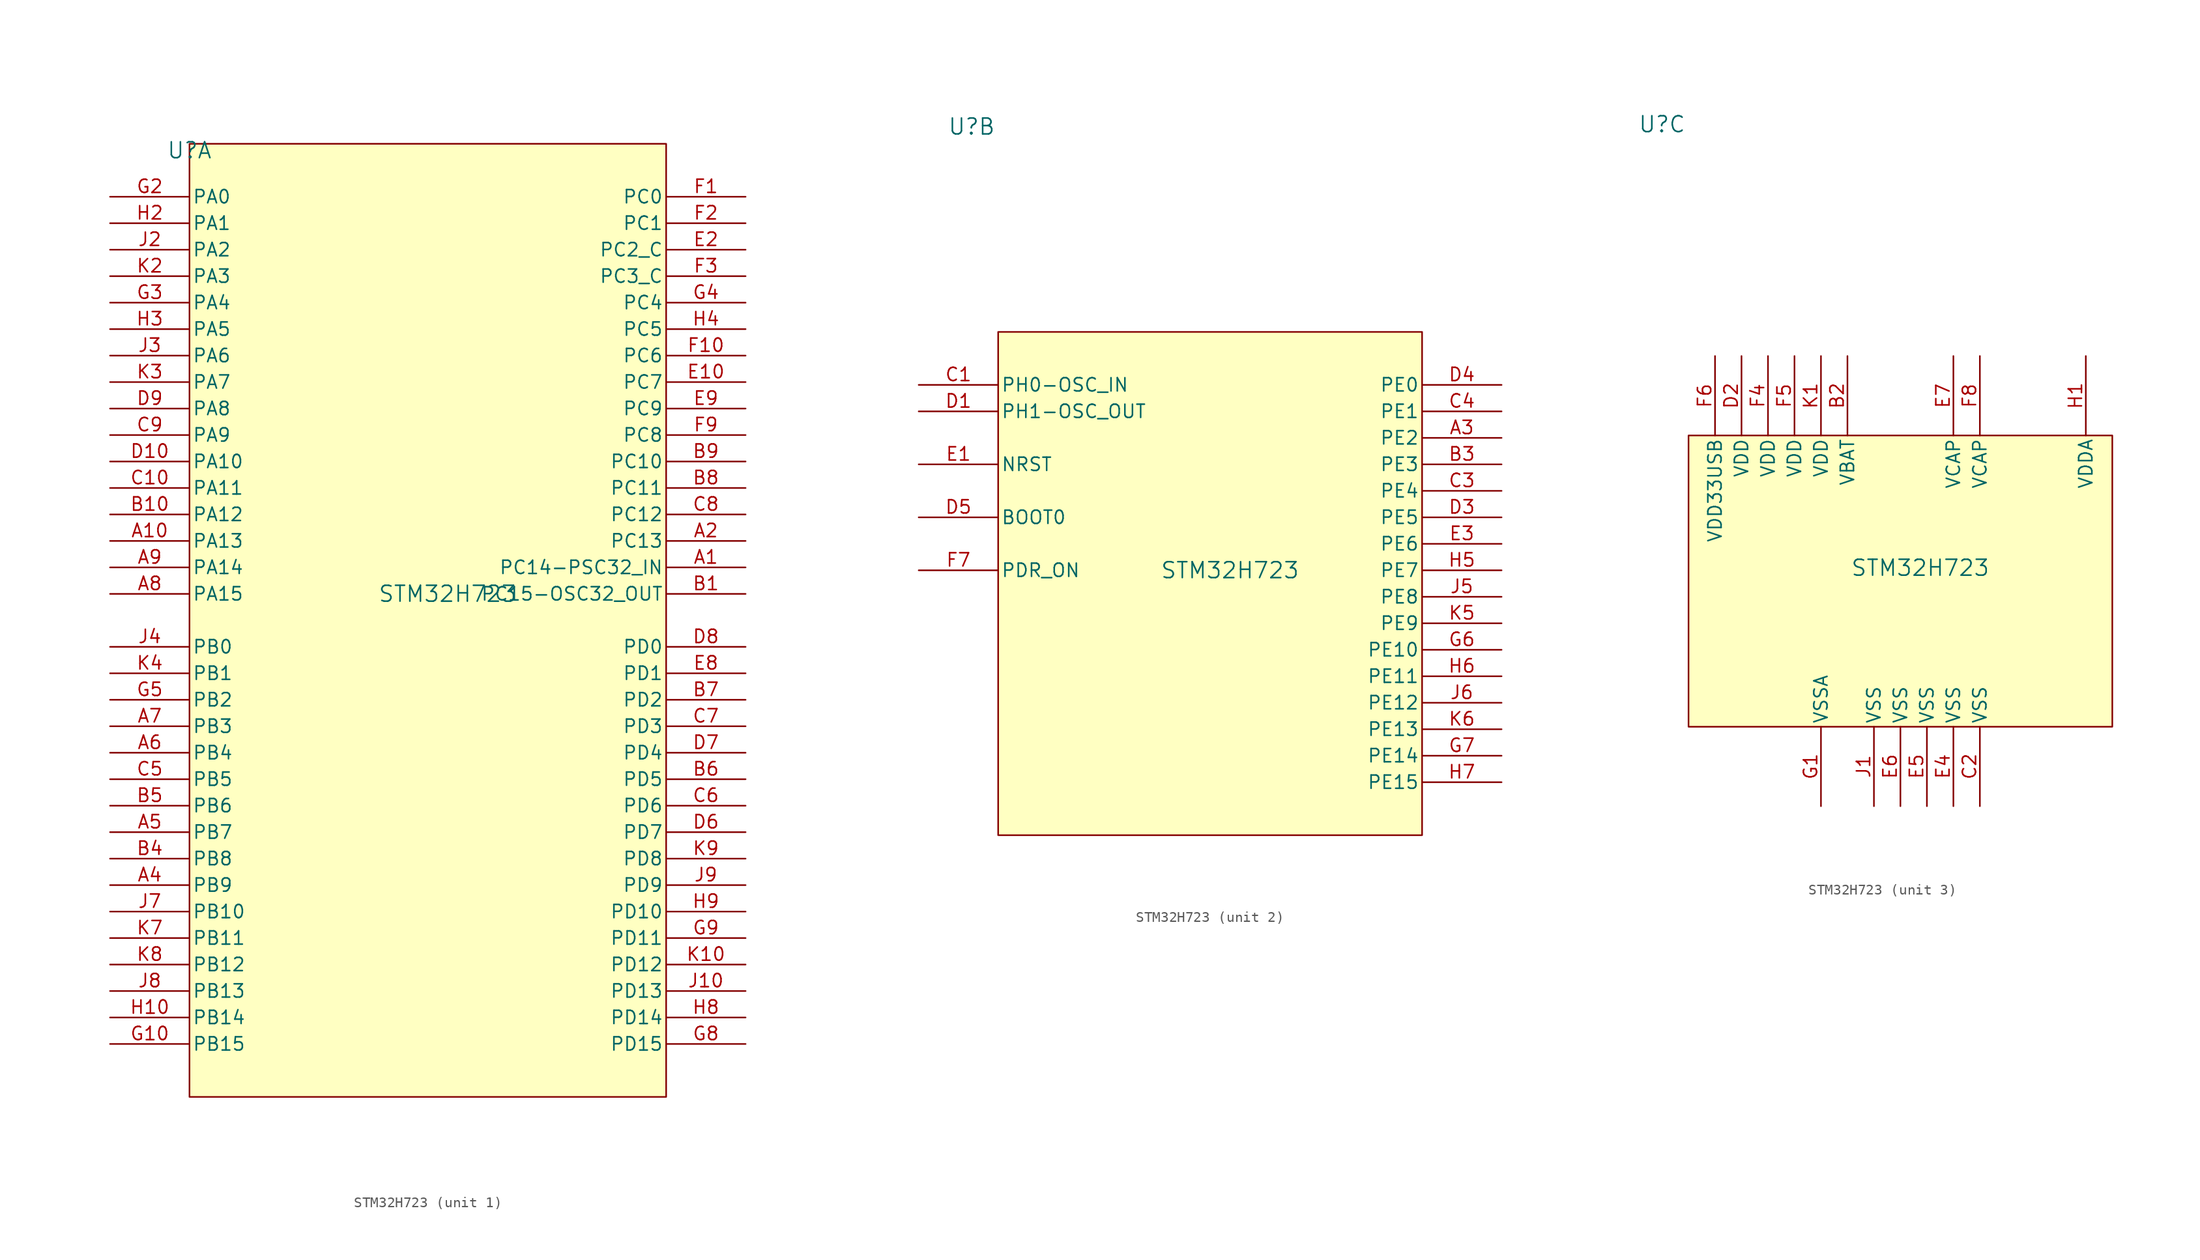
<source format=kicad_sym>
(kicad_symbol_lib
  (version 20211014)
  (generator kicad_symbol_editor)
  (symbol "STM32H723"
    (pin_names
      (offset 0.254))
    (property "Reference" "U"
      (at -22.86 45.085 0)
      (effects (font (size 1.524 1.524))))
    (property "Value" "STM32H723"
      (at 1.905 2.54 0)
      (effects (font (size 1.524 1.524))))
    (property "ki_locked" ""
      (at 0 0 0)
      (effects (font (size 1.27 1.27))))
    (symbol "STM32H723_1_1"
      (rectangle (start -22.86 45.72) (end 22.86 -45.72) (stroke (width 0) (type default) (color 0 0 0 0)) (fill (type background)))
      (pin bidirectional line (at 30.48 5.08 180) (length 7.62) (name "PC14-PSC32_IN" (effects (font (size 1.27 1.27)))) (number "A1" (effects (font (size 1.27 1.27)))))
      (pin bidirectional line (at -30.48 7.62 0) (length 7.62) (name "PA13" (effects (font (size 1.27 1.27)))) (number "A10" (effects (font (size 1.27 1.27)))))
      (pin bidirectional line (at 30.48 7.62 180) (length 7.62) (name "PC13" (effects (font (size 1.27 1.27)))) (number "A2" (effects (font (size 1.27 1.27)))))
      (pin bidirectional line (at -30.48 -25.4 0) (length 7.62) (name "PB9" (effects (font (size 1.27 1.27)))) (number "A4" (effects (font (size 1.27 1.27)))))
      (pin bidirectional line (at -30.48 -20.32 0) (length 7.62) (name "PB7" (effects (font (size 1.27 1.27)))) (number "A5" (effects (font (size 1.27 1.27)))))
      (pin bidirectional line (at -30.48 -12.7 0) (length 7.62) (name "PB4" (effects (font (size 1.27 1.27)))) (number "A6" (effects (font (size 1.27 1.27)))))
      (pin bidirectional line (at -30.48 -10.16 0) (length 7.62) (name "PB3" (effects (font (size 1.27 1.27)))) (number "A7" (effects (font (size 1.27 1.27)))))
      (pin bidirectional line (at -30.48 2.54 0) (length 7.62) (name "PA15" (effects (font (size 1.27 1.27)))) (number "A8" (effects (font (size 1.27 1.27)))))
      (pin bidirectional line (at -30.48 5.08 0) (length 7.62) (name "PA14" (effects (font (size 1.27 1.27)))) (number "A9" (effects (font (size 1.27 1.27)))))
      (pin bidirectional line (at 30.48 2.54 180) (length 7.62) (name "PC15-OSC32_OUT" (effects (font (size 1.27 1.27)))) (number "B1" (effects (font (size 1.27 1.27)))))
      (pin bidirectional line (at -30.48 10.16 0) (length 7.62) (name "PA12" (effects (font (size 1.27 1.27)))) (number "B10" (effects (font (size 1.27 1.27)))))
      (pin bidirectional line (at -30.48 -22.86 0) (length 7.62) (name "PB8" (effects (font (size 1.27 1.27)))) (number "B4" (effects (font (size 1.27 1.27)))))
      (pin bidirectional line (at -30.48 -17.78 0) (length 7.62) (name "PB6" (effects (font (size 1.27 1.27)))) (number "B5" (effects (font (size 1.27 1.27)))))
      (pin bidirectional line (at 30.48 -15.24 180) (length 7.62) (name "PD5" (effects (font (size 1.27 1.27)))) (number "B6" (effects (font (size 1.27 1.27)))))
      (pin bidirectional line (at 30.48 -7.62 180) (length 7.62) (name "PD2" (effects (font (size 1.27 1.27)))) (number "B7" (effects (font (size 1.27 1.27)))))
      (pin bidirectional line (at 30.48 12.7 180) (length 7.62) (name "PC11" (effects (font (size 1.27 1.27)))) (number "B8" (effects (font (size 1.27 1.27)))))
      (pin bidirectional line (at 30.48 15.24 180) (length 7.62) (name "PC10" (effects (font (size 1.27 1.27)))) (number "B9" (effects (font (size 1.27 1.27)))))
      (pin bidirectional line (at -30.48 12.7 0) (length 7.62) (name "PA11" (effects (font (size 1.27 1.27)))) (number "C10" (effects (font (size 1.27 1.27)))))
      (pin bidirectional line (at -30.48 -15.24 0) (length 7.62) (name "PB5" (effects (font (size 1.27 1.27)))) (number "C5" (effects (font (size 1.27 1.27)))))
      (pin bidirectional line (at 30.48 -17.78 180) (length 7.62) (name "PD6" (effects (font (size 1.27 1.27)))) (number "C6" (effects (font (size 1.27 1.27)))))
      (pin bidirectional line (at 30.48 -10.16 180) (length 7.62) (name "PD3" (effects (font (size 1.27 1.27)))) (number "C7" (effects (font (size 1.27 1.27)))))
      (pin bidirectional line (at 30.48 10.16 180) (length 7.62) (name "PC12" (effects (font (size 1.27 1.27)))) (number "C8" (effects (font (size 1.27 1.27)))))
      (pin bidirectional line (at -30.48 17.78 0) (length 7.62) (name "PA9" (effects (font (size 1.27 1.27)))) (number "C9" (effects (font (size 1.27 1.27)))))
      (pin bidirectional line (at -30.48 15.24 0) (length 7.62) (name "PA10" (effects (font (size 1.27 1.27)))) (number "D10" (effects (font (size 1.27 1.27)))))
      (pin bidirectional line (at 30.48 -20.32 180) (length 7.62) (name "PD7" (effects (font (size 1.27 1.27)))) (number "D6" (effects (font (size 1.27 1.27)))))
      (pin bidirectional line (at 30.48 -12.7 180) (length 7.62) (name "PD4" (effects (font (size 1.27 1.27)))) (number "D7" (effects (font (size 1.27 1.27)))))
      (pin bidirectional line (at 30.48 -2.54 180) (length 7.62) (name "PD0" (effects (font (size 1.27 1.27)))) (number "D8" (effects (font (size 1.27 1.27)))))
      (pin bidirectional line (at -30.48 20.32 0) (length 7.62) (name "PA8" (effects (font (size 1.27 1.27)))) (number "D9" (effects (font (size 1.27 1.27)))))
      (pin bidirectional line (at 30.48 22.86 180) (length 7.62) (name "PC7" (effects (font (size 1.27 1.27)))) (number "E10" (effects (font (size 1.27 1.27)))))
      (pin bidirectional line (at 30.48 35.56 180) (length 7.62) (name "PC2_C" (effects (font (size 1.27 1.27)))) (number "E2" (effects (font (size 1.27 1.27)))))
      (pin bidirectional line (at 30.48 -5.08 180) (length 7.62) (name "PD1" (effects (font (size 1.27 1.27)))) (number "E8" (effects (font (size 1.27 1.27)))))
      (pin bidirectional line (at 30.48 20.32 180) (length 7.62) (name "PC9" (effects (font (size 1.27 1.27)))) (number "E9" (effects (font (size 1.27 1.27)))))
      (pin bidirectional line (at 30.48 40.64 180) (length 7.62) (name "PC0" (effects (font (size 1.27 1.27)))) (number "F1" (effects (font (size 1.27 1.27)))))
      (pin bidirectional line (at 30.48 25.4 180) (length 7.62) (name "PC6" (effects (font (size 1.27 1.27)))) (number "F10" (effects (font (size 1.27 1.27)))))
      (pin bidirectional line (at 30.48 38.1 180) (length 7.62) (name "PC1" (effects (font (size 1.27 1.27)))) (number "F2" (effects (font (size 1.27 1.27)))))
      (pin bidirectional line (at 30.48 33.02 180) (length 7.62) (name "PC3_C" (effects (font (size 1.27 1.27)))) (number "F3" (effects (font (size 1.27 1.27)))))
      (pin bidirectional line (at 30.48 17.78 180) (length 7.62) (name "PC8" (effects (font (size 1.27 1.27)))) (number "F9" (effects (font (size 1.27 1.27)))))
      (pin bidirectional line (at -30.48 -40.64 0) (length 7.62) (name "PB15" (effects (font (size 1.27 1.27)))) (number "G10" (effects (font (size 1.27 1.27)))))
      (pin bidirectional line (at -30.48 40.64 0) (length 7.62) (name "PA0" (effects (font (size 1.27 1.27)))) (number "G2" (effects (font (size 1.27 1.27)))))
      (pin bidirectional line (at -30.48 30.48 0) (length 7.62) (name "PA4" (effects (font (size 1.27 1.27)))) (number "G3" (effects (font (size 1.27 1.27)))))
      (pin bidirectional line (at 30.48 30.48 180) (length 7.62) (name "PC4" (effects (font (size 1.27 1.27)))) (number "G4" (effects (font (size 1.27 1.27)))))
      (pin bidirectional line (at -30.48 -7.62 0) (length 7.62) (name "PB2" (effects (font (size 1.27 1.27)))) (number "G5" (effects (font (size 1.27 1.27)))))
      (pin bidirectional line (at 30.48 -40.64 180) (length 7.62) (name "PD15" (effects (font (size 1.27 1.27)))) (number "G8" (effects (font (size 1.27 1.27)))))
      (pin bidirectional line (at 30.48 -30.48 180) (length 7.62) (name "PD11" (effects (font (size 1.27 1.27)))) (number "G9" (effects (font (size 1.27 1.27)))))
      (pin bidirectional line (at -30.48 -38.1 0) (length 7.62) (name "PB14" (effects (font (size 1.27 1.27)))) (number "H10" (effects (font (size 1.27 1.27)))))
      (pin bidirectional line (at -30.48 38.1 0) (length 7.62) (name "PA1" (effects (font (size 1.27 1.27)))) (number "H2" (effects (font (size 1.27 1.27)))))
      (pin bidirectional line (at -30.48 27.94 0) (length 7.62) (name "PA5" (effects (font (size 1.27 1.27)))) (number "H3" (effects (font (size 1.27 1.27)))))
      (pin bidirectional line (at 30.48 27.94 180) (length 7.62) (name "PC5" (effects (font (size 1.27 1.27)))) (number "H4" (effects (font (size 1.27 1.27)))))
      (pin bidirectional line (at 30.48 -38.1 180) (length 7.62) (name "PD14" (effects (font (size 1.27 1.27)))) (number "H8" (effects (font (size 1.27 1.27)))))
      (pin bidirectional line (at 30.48 -27.94 180) (length 7.62) (name "PD10" (effects (font (size 1.27 1.27)))) (number "H9" (effects (font (size 1.27 1.27)))))
      (pin bidirectional line (at 30.48 -35.56 180) (length 7.62) (name "PD13" (effects (font (size 1.27 1.27)))) (number "J10" (effects (font (size 1.27 1.27)))))
      (pin bidirectional line (at -30.48 35.56 0) (length 7.62) (name "PA2" (effects (font (size 1.27 1.27)))) (number "J2" (effects (font (size 1.27 1.27)))))
      (pin bidirectional line (at -30.48 25.4 0) (length 7.62) (name "PA6" (effects (font (size 1.27 1.27)))) (number "J3" (effects (font (size 1.27 1.27)))))
      (pin bidirectional line (at -30.48 -2.54 0) (length 7.62) (name "PB0" (effects (font (size 1.27 1.27)))) (number "J4" (effects (font (size 1.27 1.27)))))
      (pin bidirectional line (at -30.48 -27.94 0) (length 7.62) (name "PB10" (effects (font (size 1.27 1.27)))) (number "J7" (effects (font (size 1.27 1.27)))))
      (pin bidirectional line (at -30.48 -35.56 0) (length 7.62) (name "PB13" (effects (font (size 1.27 1.27)))) (number "J8" (effects (font (size 1.27 1.27)))))
      (pin bidirectional line (at 30.48 -25.4 180) (length 7.62) (name "PD9" (effects (font (size 1.27 1.27)))) (number "J9" (effects (font (size 1.27 1.27)))))
      (pin bidirectional line (at 30.48 -33.02 180) (length 7.62) (name "PD12" (effects (font (size 1.27 1.27)))) (number "K10" (effects (font (size 1.27 1.27)))))
      (pin bidirectional line (at -30.48 33.02 0) (length 7.62) (name "PA3" (effects (font (size 1.27 1.27)))) (number "K2" (effects (font (size 1.27 1.27)))))
      (pin bidirectional line (at -30.48 22.86 0) (length 7.62) (name "PA7" (effects (font (size 1.27 1.27)))) (number "K3" (effects (font (size 1.27 1.27)))))
      (pin bidirectional line (at -30.48 -5.08 0) (length 7.62) (name "PB1" (effects (font (size 1.27 1.27)))) (number "K4" (effects (font (size 1.27 1.27)))))
      (pin bidirectional line (at -30.48 -30.48 0) (length 7.62) (name "PB11" (effects (font (size 1.27 1.27)))) (number "K7" (effects (font (size 1.27 1.27)))))
      (pin bidirectional line (at -30.48 -33.02 0) (length 7.62) (name "PB12" (effects (font (size 1.27 1.27)))) (number "K8" (effects (font (size 1.27 1.27)))))
      (pin bidirectional line (at 30.48 -22.86 180) (length 7.62) (name "PD8" (effects (font (size 1.27 1.27)))) (number "K9" (effects (font (size 1.27 1.27))))))
    (symbol "STM32H723_2_1"
      (rectangle (start -20.32 25.4) (end 20.32 -22.86) (stroke (width 0) (type default) (color 0 0 0 0)) (fill (type background)))
      (pin bidirectional line (at 27.94 15.24 180) (length 7.62) (name "PE2" (effects (font (size 1.27 1.27)))) (number "A3" (effects (font (size 1.27 1.27)))))
      (pin bidirectional line (at 27.94 12.7 180) (length 7.62) (name "PE3" (effects (font (size 1.27 1.27)))) (number "B3" (effects (font (size 1.27 1.27)))))
      (pin bidirectional line (at -27.94 20.32 0) (length 7.62) (name "PH0-OSC_IN" (effects (font (size 1.27 1.27)))) (number "C1" (effects (font (size 1.27 1.27)))))
      (pin bidirectional line (at 27.94 10.16 180) (length 7.62) (name "PE4" (effects (font (size 1.27 1.27)))) (number "C3" (effects (font (size 1.27 1.27)))))
      (pin bidirectional line (at 27.94 17.78 180) (length 7.62) (name "PE1" (effects (font (size 1.27 1.27)))) (number "C4" (effects (font (size 1.27 1.27)))))
      (pin bidirectional line (at -27.94 17.78 0) (length 7.62) (name "PH1-OSC_OUT" (effects (font (size 1.27 1.27)))) (number "D1" (effects (font (size 1.27 1.27)))))
      (pin bidirectional line (at 27.94 7.62 180) (length 7.62) (name "PE5" (effects (font (size 1.27 1.27)))) (number "D3" (effects (font (size 1.27 1.27)))))
      (pin bidirectional line (at 27.94 20.32 180) (length 7.62) (name "PE0" (effects (font (size 1.27 1.27)))) (number "D4" (effects (font (size 1.27 1.27)))))
      (pin input line (at -27.94 7.62 0) (length 7.62) (name "BOOT0" (effects (font (size 1.27 1.27)))) (number "D5" (effects (font (size 1.27 1.27)))))
      (pin bidirectional line (at -27.94 12.7 0) (length 7.62) (name "NRST" (effects (font (size 1.27 1.27)))) (number "E1" (effects (font (size 1.27 1.27)))))
      (pin bidirectional line (at 27.94 5.08 180) (length 7.62) (name "PE6" (effects (font (size 1.27 1.27)))) (number "E3" (effects (font (size 1.27 1.27)))))
      (pin bidirectional line (at -27.94 2.54 0) (length 7.62) (name "PDR_ON" (effects (font (size 1.27 1.27)))) (number "F7" (effects (font (size 1.27 1.27)))))
      (pin bidirectional line (at 27.94 -5.08 180) (length 7.62) (name "PE10" (effects (font (size 1.27 1.27)))) (number "G6" (effects (font (size 1.27 1.27)))))
      (pin bidirectional line (at 27.94 -15.24 180) (length 7.62) (name "PE14" (effects (font (size 1.27 1.27)))) (number "G7" (effects (font (size 1.27 1.27)))))
      (pin bidirectional line (at 27.94 2.54 180) (length 7.62) (name "PE7" (effects (font (size 1.27 1.27)))) (number "H5" (effects (font (size 1.27 1.27)))))
      (pin bidirectional line (at 27.94 -7.62 180) (length 7.62) (name "PE11" (effects (font (size 1.27 1.27)))) (number "H6" (effects (font (size 1.27 1.27)))))
      (pin bidirectional line (at 27.94 -17.78 180) (length 7.62) (name "PE15" (effects (font (size 1.27 1.27)))) (number "H7" (effects (font (size 1.27 1.27)))))
      (pin bidirectional line (at 27.94 0 180) (length 7.62) (name "PE8" (effects (font (size 1.27 1.27)))) (number "J5" (effects (font (size 1.27 1.27)))))
      (pin bidirectional line (at 27.94 -10.16 180) (length 7.62) (name "PE12" (effects (font (size 1.27 1.27)))) (number "J6" (effects (font (size 1.27 1.27)))))
      (pin bidirectional line (at 27.94 -2.54 180) (length 7.62) (name "PE9" (effects (font (size 1.27 1.27)))) (number "K5" (effects (font (size 1.27 1.27)))))
      (pin bidirectional line (at 27.94 -12.7 180) (length 7.62) (name "PE13" (effects (font (size 1.27 1.27)))) (number "K6" (effects (font (size 1.27 1.27))))))
    (symbol "STM32H723_3_1"
      (rectangle (start -20.32 15.24) (end 20.32 -12.7) (stroke (width 0) (type default) (color 0 0 0 0)) (fill (type background)))
      (pin power_in line (at -5.08 22.86 270) (length 7.62) (name "VBAT" (effects (font (size 1.27 1.27)))) (number "B2" (effects (font (size 1.27 1.27)))))
      (pin power_in line (at 7.62 -20.32 90) (length 7.62) (name "VSS" (effects (font (size 1.27 1.27)))) (number "C2" (effects (font (size 1.27 1.27)))))
      (pin power_in line (at -15.24 22.86 270) (length 7.62) (name "VDD" (effects (font (size 1.27 1.27)))) (number "D2" (effects (font (size 1.27 1.27)))))
      (pin power_in line (at 5.08 -20.32 90) (length 7.62) (name "VSS" (effects (font (size 1.27 1.27)))) (number "E4" (effects (font (size 1.27 1.27)))))
      (pin power_in line (at 2.54 -20.32 90) (length 7.62) (name "VSS" (effects (font (size 1.27 1.27)))) (number "E5" (effects (font (size 1.27 1.27)))))
      (pin power_in line (at 0 -20.32 90) (length 7.62) (name "VSS" (effects (font (size 1.27 1.27)))) (number "E6" (effects (font (size 1.27 1.27)))))
      (pin power_in line (at 5.08 22.86 270) (length 7.62) (name "VCAP" (effects (font (size 1.27 1.27)))) (number "E7" (effects (font (size 1.27 1.27)))))
      (pin power_in line (at -12.7 22.86 270) (length 7.62) (name "VDD" (effects (font (size 1.27 1.27)))) (number "F4" (effects (font (size 1.27 1.27)))))
      (pin power_in line (at -10.16 22.86 270) (length 7.62) (name "VDD" (effects (font (size 1.27 1.27)))) (number "F5" (effects (font (size 1.27 1.27)))))
      (pin power_in line (at -17.78 22.86 270) (length 7.62) (name "VDD33USB" (effects (font (size 1.27 1.27)))) (number "F6" (effects (font (size 1.27 1.27)))))
      (pin power_in line (at 7.62 22.86 270) (length 7.62) (name "VCAP" (effects (font (size 1.27 1.27)))) (number "F8" (effects (font (size 1.27 1.27)))))
      (pin power_in line (at -7.62 -20.32 90) (length 7.62) (name "VSSA" (effects (font (size 1.27 1.27)))) (number "G1" (effects (font (size 1.27 1.27)))))
      (pin power_in line (at 17.78 22.86 270) (length 7.62) (name "VDDA" (effects (font (size 1.27 1.27)))) (number "H1" (effects (font (size 1.27 1.27)))))
      (pin power_in line (at -2.54 -20.32 90) (length 7.62) (name "VSS" (effects (font (size 1.27 1.27)))) (number "J1" (effects (font (size 1.27 1.27)))))
      (pin power_in line (at -7.62 22.86 270) (length 7.62) (name "VDD" (effects (font (size 1.27 1.27)))) (number "K1" (effects (font (size 1.27 1.27))))))))
</source>
